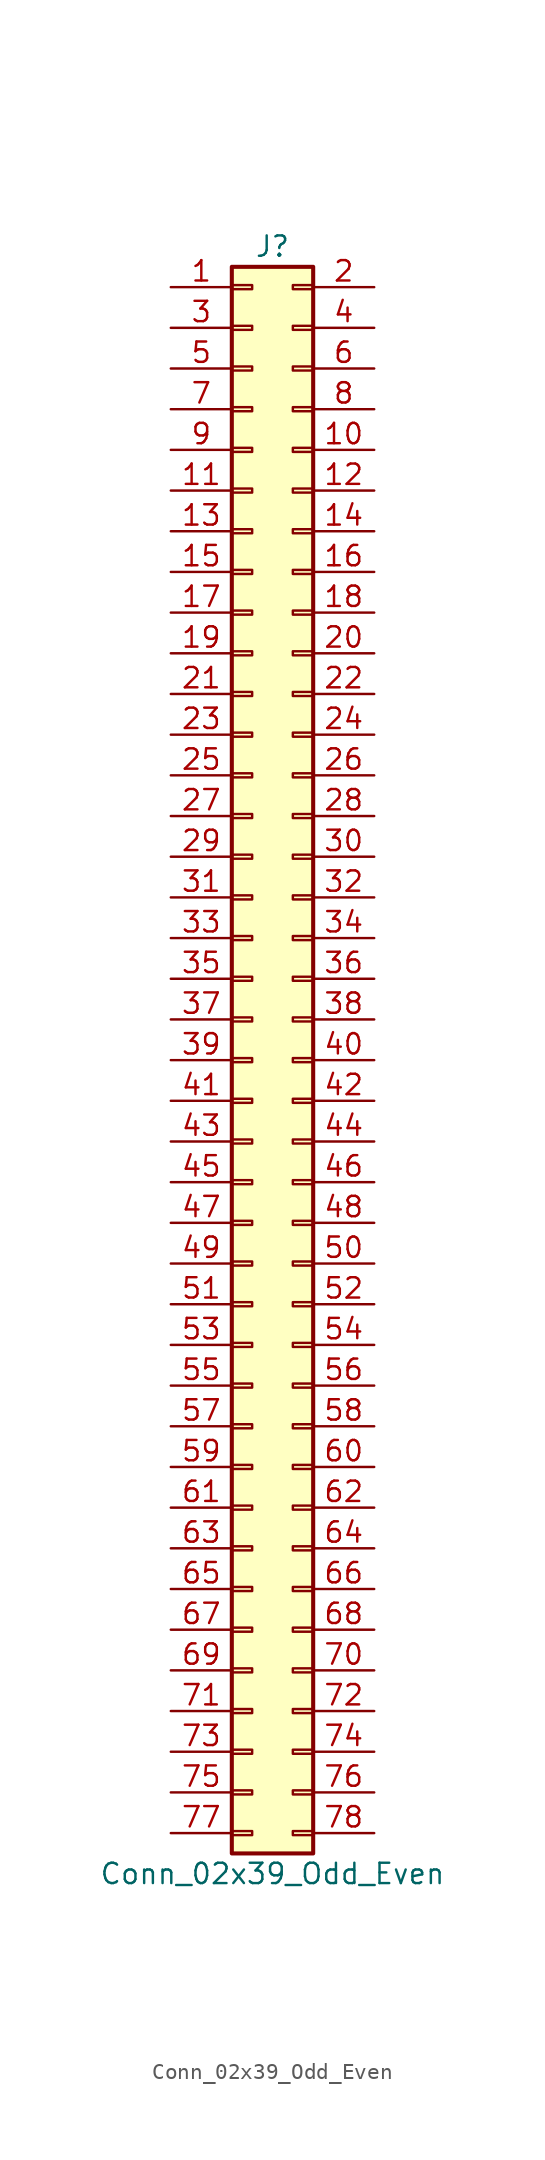
<source format=kicad_sym>
(kicad_symbol_lib
  (version 20220914)
  (generator kicad_symbol_editor)
  (symbol "Conn_02x39_Odd_Even"
    (pin_names
      (offset 1.016) hide)
    (property "Reference" "J"
      (at 1.27 50.8 0)
      (effects (font (size 1.27 1.27))))
    (property "Value" "Conn_02x39_Odd_Even"
      (at 1.27 -50.8 0)
      (effects (font (size 1.27 1.27))))
    (symbol "Conn_02x39_Odd_Even_1_1"
      (rectangle (start -1.27 -48.133) (end 0 -48.387) (stroke (width 0.152) (type default)) (fill (type none)))
      (rectangle (start -1.27 -45.593) (end 0 -45.847) (stroke (width 0.152) (type default)) (fill (type none)))
      (rectangle (start -1.27 -43.053) (end 0 -43.307) (stroke (width 0.152) (type default)) (fill (type none)))
      (rectangle (start -1.27 -40.513) (end 0 -40.767) (stroke (width 0.152) (type default)) (fill (type none)))
      (rectangle (start -1.27 -37.973) (end 0 -38.227) (stroke (width 0.152) (type default)) (fill (type none)))
      (rectangle (start -1.27 -35.433) (end 0 -35.687) (stroke (width 0.152) (type default)) (fill (type none)))
      (rectangle (start -1.27 -32.893) (end 0 -33.147) (stroke (width 0.152) (type default)) (fill (type none)))
      (rectangle (start -1.27 -30.353) (end 0 -30.607) (stroke (width 0.152) (type default)) (fill (type none)))
      (rectangle (start -1.27 -27.813) (end 0 -28.067) (stroke (width 0.152) (type default)) (fill (type none)))
      (rectangle (start -1.27 -25.273) (end 0 -25.527) (stroke (width 0.152) (type default)) (fill (type none)))
      (rectangle (start -1.27 -22.733) (end 0 -22.987) (stroke (width 0.152) (type default)) (fill (type none)))
      (rectangle (start -1.27 -20.193) (end 0 -20.447) (stroke (width 0.152) (type default)) (fill (type none)))
      (rectangle (start -1.27 -17.653) (end 0 -17.907) (stroke (width 0.152) (type default)) (fill (type none)))
      (rectangle (start -1.27 -15.113) (end 0 -15.367) (stroke (width 0.152) (type default)) (fill (type none)))
      (rectangle (start -1.27 -12.573) (end 0 -12.827) (stroke (width 0.152) (type default)) (fill (type none)))
      (rectangle (start -1.27 -10.033) (end 0 -10.287) (stroke (width 0.152) (type default)) (fill (type none)))
      (rectangle (start -1.27 -7.493) (end 0 -7.747) (stroke (width 0.152) (type default)) (fill (type none)))
      (rectangle (start -1.27 -4.953) (end 0 -5.207) (stroke (width 0.152) (type default)) (fill (type none)))
      (rectangle (start -1.27 -2.413) (end 0 -2.667) (stroke (width 0.152) (type default)) (fill (type none)))
      (rectangle (start -1.27 0.127) (end 0 -0.127) (stroke (width 0.152) (type default)) (fill (type none)))
      (rectangle (start -1.27 2.667) (end 0 2.413) (stroke (width 0.152) (type default)) (fill (type none)))
      (rectangle (start -1.27 5.207) (end 0 4.953) (stroke (width 0.152) (type default)) (fill (type none)))
      (rectangle (start -1.27 7.747) (end 0 7.493) (stroke (width 0.152) (type default)) (fill (type none)))
      (rectangle (start -1.27 10.287) (end 0 10.033) (stroke (width 0.152) (type default)) (fill (type none)))
      (rectangle (start -1.27 12.827) (end 0 12.573) (stroke (width 0.152) (type default)) (fill (type none)))
      (rectangle (start -1.27 15.367) (end 0 15.113) (stroke (width 0.152) (type default)) (fill (type none)))
      (rectangle (start -1.27 17.907) (end 0 17.653) (stroke (width 0.152) (type default)) (fill (type none)))
      (rectangle (start -1.27 20.447) (end 0 20.193) (stroke (width 0.152) (type default)) (fill (type none)))
      (rectangle (start -1.27 22.987) (end 0 22.733) (stroke (width 0.152) (type default)) (fill (type none)))
      (rectangle (start -1.27 25.527) (end 0 25.273) (stroke (width 0.152) (type default)) (fill (type none)))
      (rectangle (start -1.27 28.067) (end 0 27.813) (stroke (width 0.152) (type default)) (fill (type none)))
      (rectangle (start -1.27 30.607) (end 0 30.353) (stroke (width 0.152) (type default)) (fill (type none)))
      (rectangle (start -1.27 33.147) (end 0 32.893) (stroke (width 0.152) (type default)) (fill (type none)))
      (rectangle (start -1.27 35.687) (end 0 35.433) (stroke (width 0.152) (type default)) (fill (type none)))
      (rectangle (start -1.27 38.227) (end 0 37.973) (stroke (width 0.152) (type default)) (fill (type none)))
      (rectangle (start -1.27 40.767) (end 0 40.513) (stroke (width 0.152) (type default)) (fill (type none)))
      (rectangle (start -1.27 43.307) (end 0 43.053) (stroke (width 0.152) (type default)) (fill (type none)))
      (rectangle (start -1.27 45.847) (end 0 45.593) (stroke (width 0.152) (type default)) (fill (type none)))
      (rectangle (start -1.27 48.387) (end 0 48.133) (stroke (width 0.152) (type default)) (fill (type none)))
      (rectangle (start -1.27 49.53) (end 3.81 -49.53) (stroke (width 0.254) (type default)) (fill (type background)))
      (rectangle (start 3.81 -48.133) (end 2.54 -48.387) (stroke (width 0.152) (type default)) (fill (type none)))
      (rectangle (start 3.81 -45.593) (end 2.54 -45.847) (stroke (width 0.152) (type default)) (fill (type none)))
      (rectangle (start 3.81 -43.053) (end 2.54 -43.307) (stroke (width 0.152) (type default)) (fill (type none)))
      (rectangle (start 3.81 -40.513) (end 2.54 -40.767) (stroke (width 0.152) (type default)) (fill (type none)))
      (rectangle (start 3.81 -37.973) (end 2.54 -38.227) (stroke (width 0.152) (type default)) (fill (type none)))
      (rectangle (start 3.81 -35.433) (end 2.54 -35.687) (stroke (width 0.152) (type default)) (fill (type none)))
      (rectangle (start 3.81 -32.893) (end 2.54 -33.147) (stroke (width 0.152) (type default)) (fill (type none)))
      (rectangle (start 3.81 -30.353) (end 2.54 -30.607) (stroke (width 0.152) (type default)) (fill (type none)))
      (rectangle (start 3.81 -27.813) (end 2.54 -28.067) (stroke (width 0.152) (type default)) (fill (type none)))
      (rectangle (start 3.81 -25.273) (end 2.54 -25.527) (stroke (width 0.152) (type default)) (fill (type none)))
      (rectangle (start 3.81 -22.733) (end 2.54 -22.987) (stroke (width 0.152) (type default)) (fill (type none)))
      (rectangle (start 3.81 -20.193) (end 2.54 -20.447) (stroke (width 0.152) (type default)) (fill (type none)))
      (rectangle (start 3.81 -17.653) (end 2.54 -17.907) (stroke (width 0.152) (type default)) (fill (type none)))
      (rectangle (start 3.81 -15.113) (end 2.54 -15.367) (stroke (width 0.152) (type default)) (fill (type none)))
      (rectangle (start 3.81 -12.573) (end 2.54 -12.827) (stroke (width 0.152) (type default)) (fill (type none)))
      (rectangle (start 3.81 -10.033) (end 2.54 -10.287) (stroke (width 0.152) (type default)) (fill (type none)))
      (rectangle (start 3.81 -7.493) (end 2.54 -7.747) (stroke (width 0.152) (type default)) (fill (type none)))
      (rectangle (start 3.81 -4.953) (end 2.54 -5.207) (stroke (width 0.152) (type default)) (fill (type none)))
      (rectangle (start 3.81 -2.413) (end 2.54 -2.667) (stroke (width 0.152) (type default)) (fill (type none)))
      (rectangle (start 3.81 0.127) (end 2.54 -0.127) (stroke (width 0.152) (type default)) (fill (type none)))
      (rectangle (start 3.81 2.667) (end 2.54 2.413) (stroke (width 0.152) (type default)) (fill (type none)))
      (rectangle (start 3.81 5.207) (end 2.54 4.953) (stroke (width 0.152) (type default)) (fill (type none)))
      (rectangle (start 3.81 7.747) (end 2.54 7.493) (stroke (width 0.152) (type default)) (fill (type none)))
      (rectangle (start 3.81 10.287) (end 2.54 10.033) (stroke (width 0.152) (type default)) (fill (type none)))
      (rectangle (start 3.81 12.827) (end 2.54 12.573) (stroke (width 0.152) (type default)) (fill (type none)))
      (rectangle (start 3.81 15.367) (end 2.54 15.113) (stroke (width 0.152) (type default)) (fill (type none)))
      (rectangle (start 3.81 17.907) (end 2.54 17.653) (stroke (width 0.152) (type default)) (fill (type none)))
      (rectangle (start 3.81 20.447) (end 2.54 20.193) (stroke (width 0.152) (type default)) (fill (type none)))
      (rectangle (start 3.81 22.987) (end 2.54 22.733) (stroke (width 0.152) (type default)) (fill (type none)))
      (rectangle (start 3.81 25.527) (end 2.54 25.273) (stroke (width 0.152) (type default)) (fill (type none)))
      (rectangle (start 3.81 28.067) (end 2.54 27.813) (stroke (width 0.152) (type default)) (fill (type none)))
      (rectangle (start 3.81 30.607) (end 2.54 30.353) (stroke (width 0.152) (type default)) (fill (type none)))
      (rectangle (start 3.81 33.147) (end 2.54 32.893) (stroke (width 0.152) (type default)) (fill (type none)))
      (rectangle (start 3.81 35.687) (end 2.54 35.433) (stroke (width 0.152) (type default)) (fill (type none)))
      (rectangle (start 3.81 38.227) (end 2.54 37.973) (stroke (width 0.152) (type default)) (fill (type none)))
      (rectangle (start 3.81 40.767) (end 2.54 40.513) (stroke (width 0.152) (type default)) (fill (type none)))
      (rectangle (start 3.81 43.307) (end 2.54 43.053) (stroke (width 0.152) (type default)) (fill (type none)))
      (rectangle (start 3.81 45.847) (end 2.54 45.593) (stroke (width 0.152) (type default)) (fill (type none)))
      (rectangle (start 3.81 48.387) (end 2.54 48.133) (stroke (width 0.152) (type default)) (fill (type none)))
      (pin passive line (at -5.08 48.26 0) (length 3.81) (name "Pin_1" (effects (font (size 1.27 1.27)))) (number "1" (effects (font (size 1.27 1.27)))))
      (pin passive line (at 7.62 38.1 180) (length 3.81) (name "Pin_10" (effects (font (size 1.27 1.27)))) (number "10" (effects (font (size 1.27 1.27)))))
      (pin passive line (at -5.08 35.56 0) (length 3.81) (name "Pin_11" (effects (font (size 1.27 1.27)))) (number "11" (effects (font (size 1.27 1.27)))))
      (pin passive line (at 7.62 35.56 180) (length 3.81) (name "Pin_12" (effects (font (size 1.27 1.27)))) (number "12" (effects (font (size 1.27 1.27)))))
      (pin passive line (at -5.08 33.02 0) (length 3.81) (name "Pin_13" (effects (font (size 1.27 1.27)))) (number "13" (effects (font (size 1.27 1.27)))))
      (pin passive line (at 7.62 33.02 180) (length 3.81) (name "Pin_14" (effects (font (size 1.27 1.27)))) (number "14" (effects (font (size 1.27 1.27)))))
      (pin passive line (at -5.08 30.48 0) (length 3.81) (name "Pin_15" (effects (font (size 1.27 1.27)))) (number "15" (effects (font (size 1.27 1.27)))))
      (pin passive line (at 7.62 30.48 180) (length 3.81) (name "Pin_16" (effects (font (size 1.27 1.27)))) (number "16" (effects (font (size 1.27 1.27)))))
      (pin passive line (at -5.08 27.94 0) (length 3.81) (name "Pin_17" (effects (font (size 1.27 1.27)))) (number "17" (effects (font (size 1.27 1.27)))))
      (pin passive line (at 7.62 27.94 180) (length 3.81) (name "Pin_18" (effects (font (size 1.27 1.27)))) (number "18" (effects (font (size 1.27 1.27)))))
      (pin passive line (at -5.08 25.4 0) (length 3.81) (name "Pin_19" (effects (font (size 1.27 1.27)))) (number "19" (effects (font (size 1.27 1.27)))))
      (pin passive line (at 7.62 48.26 180) (length 3.81) (name "Pin_2" (effects (font (size 1.27 1.27)))) (number "2" (effects (font (size 1.27 1.27)))))
      (pin passive line (at 7.62 25.4 180) (length 3.81) (name "Pin_20" (effects (font (size 1.27 1.27)))) (number "20" (effects (font (size 1.27 1.27)))))
      (pin passive line (at -5.08 22.86 0) (length 3.81) (name "Pin_21" (effects (font (size 1.27 1.27)))) (number "21" (effects (font (size 1.27 1.27)))))
      (pin passive line (at 7.62 22.86 180) (length 3.81) (name "Pin_22" (effects (font (size 1.27 1.27)))) (number "22" (effects (font (size 1.27 1.27)))))
      (pin passive line (at -5.08 20.32 0) (length 3.81) (name "Pin_23" (effects (font (size 1.27 1.27)))) (number "23" (effects (font (size 1.27 1.27)))))
      (pin passive line (at 7.62 20.32 180) (length 3.81) (name "Pin_24" (effects (font (size 1.27 1.27)))) (number "24" (effects (font (size 1.27 1.27)))))
      (pin passive line (at -5.08 17.78 0) (length 3.81) (name "Pin_25" (effects (font (size 1.27 1.27)))) (number "25" (effects (font (size 1.27 1.27)))))
      (pin passive line (at 7.62 17.78 180) (length 3.81) (name "Pin_26" (effects (font (size 1.27 1.27)))) (number "26" (effects (font (size 1.27 1.27)))))
      (pin passive line (at -5.08 15.24 0) (length 3.81) (name "Pin_27" (effects (font (size 1.27 1.27)))) (number "27" (effects (font (size 1.27 1.27)))))
      (pin passive line (at 7.62 15.24 180) (length 3.81) (name "Pin_28" (effects (font (size 1.27 1.27)))) (number "28" (effects (font (size 1.27 1.27)))))
      (pin passive line (at -5.08 12.7 0) (length 3.81) (name "Pin_29" (effects (font (size 1.27 1.27)))) (number "29" (effects (font (size 1.27 1.27)))))
      (pin passive line (at -5.08 45.72 0) (length 3.81) (name "Pin_3" (effects (font (size 1.27 1.27)))) (number "3" (effects (font (size 1.27 1.27)))))
      (pin passive line (at 7.62 12.7 180) (length 3.81) (name "Pin_30" (effects (font (size 1.27 1.27)))) (number "30" (effects (font (size 1.27 1.27)))))
      (pin passive line (at -5.08 10.16 0) (length 3.81) (name "Pin_31" (effects (font (size 1.27 1.27)))) (number "31" (effects (font (size 1.27 1.27)))))
      (pin passive line (at 7.62 10.16 180) (length 3.81) (name "Pin_32" (effects (font (size 1.27 1.27)))) (number "32" (effects (font (size 1.27 1.27)))))
      (pin passive line (at -5.08 7.62 0) (length 3.81) (name "Pin_33" (effects (font (size 1.27 1.27)))) (number "33" (effects (font (size 1.27 1.27)))))
      (pin passive line (at 7.62 7.62 180) (length 3.81) (name "Pin_34" (effects (font (size 1.27 1.27)))) (number "34" (effects (font (size 1.27 1.27)))))
      (pin passive line (at -5.08 5.08 0) (length 3.81) (name "Pin_35" (effects (font (size 1.27 1.27)))) (number "35" (effects (font (size 1.27 1.27)))))
      (pin passive line (at 7.62 5.08 180) (length 3.81) (name "Pin_36" (effects (font (size 1.27 1.27)))) (number "36" (effects (font (size 1.27 1.27)))))
      (pin passive line (at -5.08 2.54 0) (length 3.81) (name "Pin_37" (effects (font (size 1.27 1.27)))) (number "37" (effects (font (size 1.27 1.27)))))
      (pin passive line (at 7.62 2.54 180) (length 3.81) (name "Pin_38" (effects (font (size 1.27 1.27)))) (number "38" (effects (font (size 1.27 1.27)))))
      (pin passive line (at -5.08 0 0) (length 3.81) (name "Pin_39" (effects (font (size 1.27 1.27)))) (number "39" (effects (font (size 1.27 1.27)))))
      (pin passive line (at 7.62 45.72 180) (length 3.81) (name "Pin_4" (effects (font (size 1.27 1.27)))) (number "4" (effects (font (size 1.27 1.27)))))
      (pin passive line (at 7.62 0 180) (length 3.81) (name "Pin_40" (effects (font (size 1.27 1.27)))) (number "40" (effects (font (size 1.27 1.27)))))
      (pin passive line (at -5.08 -2.54 0) (length 3.81) (name "Pin_41" (effects (font (size 1.27 1.27)))) (number "41" (effects (font (size 1.27 1.27)))))
      (pin passive line (at 7.62 -2.54 180) (length 3.81) (name "Pin_42" (effects (font (size 1.27 1.27)))) (number "42" (effects (font (size 1.27 1.27)))))
      (pin passive line (at -5.08 -5.08 0) (length 3.81) (name "Pin_43" (effects (font (size 1.27 1.27)))) (number "43" (effects (font (size 1.27 1.27)))))
      (pin passive line (at 7.62 -5.08 180) (length 3.81) (name "Pin_44" (effects (font (size 1.27 1.27)))) (number "44" (effects (font (size 1.27 1.27)))))
      (pin passive line (at -5.08 -7.62 0) (length 3.81) (name "Pin_45" (effects (font (size 1.27 1.27)))) (number "45" (effects (font (size 1.27 1.27)))))
      (pin passive line (at 7.62 -7.62 180) (length 3.81) (name "Pin_46" (effects (font (size 1.27 1.27)))) (number "46" (effects (font (size 1.27 1.27)))))
      (pin passive line (at -5.08 -10.16 0) (length 3.81) (name "Pin_47" (effects (font (size 1.27 1.27)))) (number "47" (effects (font (size 1.27 1.27)))))
      (pin passive line (at 7.62 -10.16 180) (length 3.81) (name "Pin_48" (effects (font (size 1.27 1.27)))) (number "48" (effects (font (size 1.27 1.27)))))
      (pin passive line (at -5.08 -12.7 0) (length 3.81) (name "Pin_49" (effects (font (size 1.27 1.27)))) (number "49" (effects (font (size 1.27 1.27)))))
      (pin passive line (at -5.08 43.18 0) (length 3.81) (name "Pin_5" (effects (font (size 1.27 1.27)))) (number "5" (effects (font (size 1.27 1.27)))))
      (pin passive line (at 7.62 -12.7 180) (length 3.81) (name "Pin_50" (effects (font (size 1.27 1.27)))) (number "50" (effects (font (size 1.27 1.27)))))
      (pin passive line (at -5.08 -15.24 0) (length 3.81) (name "Pin_51" (effects (font (size 1.27 1.27)))) (number "51" (effects (font (size 1.27 1.27)))))
      (pin passive line (at 7.62 -15.24 180) (length 3.81) (name "Pin_52" (effects (font (size 1.27 1.27)))) (number "52" (effects (font (size 1.27 1.27)))))
      (pin passive line (at -5.08 -17.78 0) (length 3.81) (name "Pin_53" (effects (font (size 1.27 1.27)))) (number "53" (effects (font (size 1.27 1.27)))))
      (pin passive line (at 7.62 -17.78 180) (length 3.81) (name "Pin_54" (effects (font (size 1.27 1.27)))) (number "54" (effects (font (size 1.27 1.27)))))
      (pin passive line (at -5.08 -20.32 0) (length 3.81) (name "Pin_55" (effects (font (size 1.27 1.27)))) (number "55" (effects (font (size 1.27 1.27)))))
      (pin passive line (at 7.62 -20.32 180) (length 3.81) (name "Pin_56" (effects (font (size 1.27 1.27)))) (number "56" (effects (font (size 1.27 1.27)))))
      (pin passive line (at -5.08 -22.86 0) (length 3.81) (name "Pin_57" (effects (font (size 1.27 1.27)))) (number "57" (effects (font (size 1.27 1.27)))))
      (pin passive line (at 7.62 -22.86 180) (length 3.81) (name "Pin_58" (effects (font (size 1.27 1.27)))) (number "58" (effects (font (size 1.27 1.27)))))
      (pin passive line (at -5.08 -25.4 0) (length 3.81) (name "Pin_59" (effects (font (size 1.27 1.27)))) (number "59" (effects (font (size 1.27 1.27)))))
      (pin passive line (at 7.62 43.18 180) (length 3.81) (name "Pin_6" (effects (font (size 1.27 1.27)))) (number "6" (effects (font (size 1.27 1.27)))))
      (pin passive line (at 7.62 -25.4 180) (length 3.81) (name "Pin_60" (effects (font (size 1.27 1.27)))) (number "60" (effects (font (size 1.27 1.27)))))
      (pin passive line (at -5.08 -27.94 0) (length 3.81) (name "Pin_61" (effects (font (size 1.27 1.27)))) (number "61" (effects (font (size 1.27 1.27)))))
      (pin passive line (at 7.62 -27.94 180) (length 3.81) (name "Pin_62" (effects (font (size 1.27 1.27)))) (number "62" (effects (font (size 1.27 1.27)))))
      (pin passive line (at -5.08 -30.48 0) (length 3.81) (name "Pin_63" (effects (font (size 1.27 1.27)))) (number "63" (effects (font (size 1.27 1.27)))))
      (pin passive line (at 7.62 -30.48 180) (length 3.81) (name "Pin_64" (effects (font (size 1.27 1.27)))) (number "64" (effects (font (size 1.27 1.27)))))
      (pin passive line (at -5.08 -33.02 0) (length 3.81) (name "Pin_65" (effects (font (size 1.27 1.27)))) (number "65" (effects (font (size 1.27 1.27)))))
      (pin passive line (at 7.62 -33.02 180) (length 3.81) (name "Pin_66" (effects (font (size 1.27 1.27)))) (number "66" (effects (font (size 1.27 1.27)))))
      (pin passive line (at -5.08 -35.56 0) (length 3.81) (name "Pin_67" (effects (font (size 1.27 1.27)))) (number "67" (effects (font (size 1.27 1.27)))))
      (pin passive line (at 7.62 -35.56 180) (length 3.81) (name "Pin_68" (effects (font (size 1.27 1.27)))) (number "68" (effects (font (size 1.27 1.27)))))
      (pin passive line (at -5.08 -38.1 0) (length 3.81) (name "Pin_69" (effects (font (size 1.27 1.27)))) (number "69" (effects (font (size 1.27 1.27)))))
      (pin passive line (at -5.08 40.64 0) (length 3.81) (name "Pin_7" (effects (font (size 1.27 1.27)))) (number "7" (effects (font (size 1.27 1.27)))))
      (pin passive line (at 7.62 -38.1 180) (length 3.81) (name "Pin_70" (effects (font (size 1.27 1.27)))) (number "70" (effects (font (size 1.27 1.27)))))
      (pin passive line (at -5.08 -40.64 0) (length 3.81) (name "Pin_71" (effects (font (size 1.27 1.27)))) (number "71" (effects (font (size 1.27 1.27)))))
      (pin passive line (at 7.62 -40.64 180) (length 3.81) (name "Pin_72" (effects (font (size 1.27 1.27)))) (number "72" (effects (font (size 1.27 1.27)))))
      (pin passive line (at -5.08 -43.18 0) (length 3.81) (name "Pin_73" (effects (font (size 1.27 1.27)))) (number "73" (effects (font (size 1.27 1.27)))))
      (pin passive line (at 7.62 -43.18 180) (length 3.81) (name "Pin_74" (effects (font (size 1.27 1.27)))) (number "74" (effects (font (size 1.27 1.27)))))
      (pin passive line (at -5.08 -45.72 0) (length 3.81) (name "Pin_75" (effects (font (size 1.27 1.27)))) (number "75" (effects (font (size 1.27 1.27)))))
      (pin passive line (at 7.62 -45.72 180) (length 3.81) (name "Pin_76" (effects (font (size 1.27 1.27)))) (number "76" (effects (font (size 1.27 1.27)))))
      (pin passive line (at -5.08 -48.26 0) (length 3.81) (name "Pin_77" (effects (font (size 1.27 1.27)))) (number "77" (effects (font (size 1.27 1.27)))))
      (pin passive line (at 7.62 -48.26 180) (length 3.81) (name "Pin_78" (effects (font (size 1.27 1.27)))) (number "78" (effects (font (size 1.27 1.27)))))
      (pin passive line (at 7.62 40.64 180) (length 3.81) (name "Pin_8" (effects (font (size 1.27 1.27)))) (number "8" (effects (font (size 1.27 1.27)))))
      (pin passive line (at -5.08 38.1 0) (length 3.81) (name "Pin_9" (effects (font (size 1.27 1.27)))) (number "9" (effects (font (size 1.27 1.27))))))))
</source>
